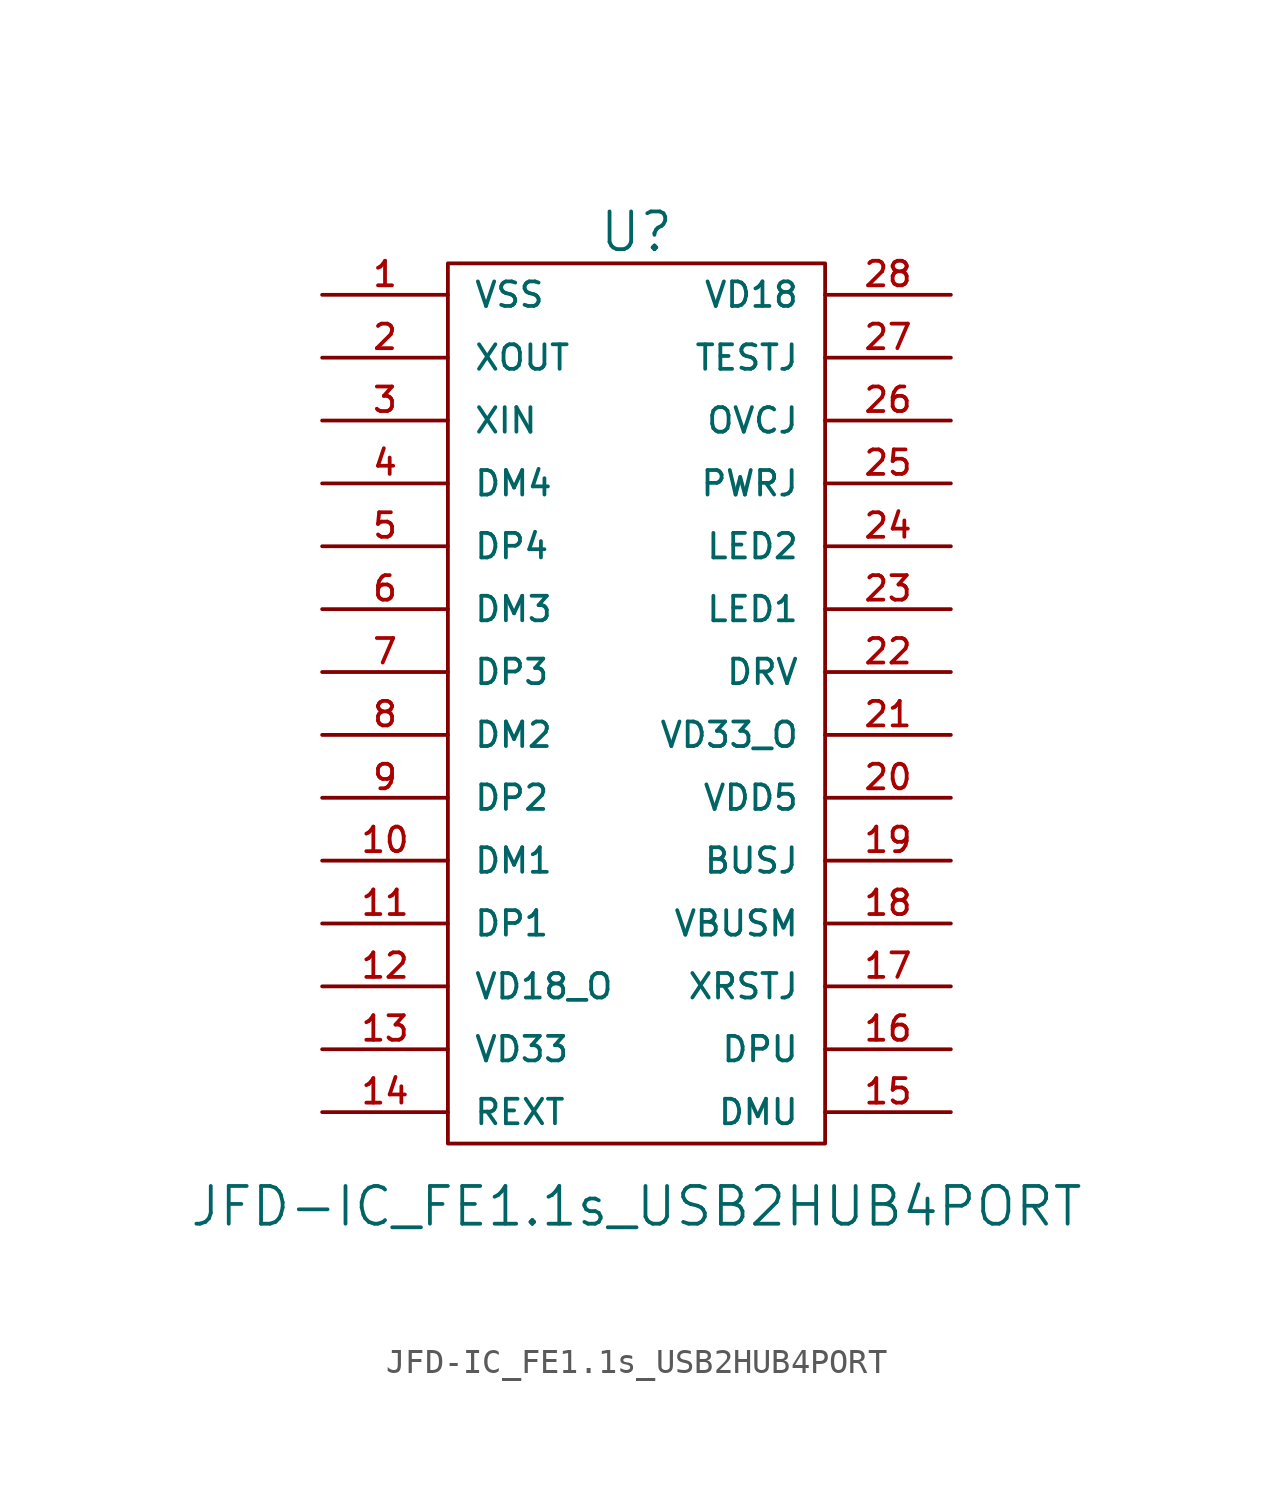
<source format=kicad_sym>
(kicad_symbol_lib
  (version 20220914)
  (generator kicad_symbol_editor)
  (symbol "JFD-IC_FE1.1s_USB2HUB4PORT"
    (pin_names
      (offset 1.016))
    (property "Reference" "U"
      (at 0 19.05 0)
      (effects (font (size 1.524 1.524))))
    (property "Value" "JFD-IC_FE1.1s_USB2HUB4PORT"
      (at 0 -20.32 0)
      (effects (font (size 1.524 1.524))))
    (property "Footprint" ""
      (at -1.27 2.54 0)
      (effects (font (size 1.524 1.524))))
    (property "Datasheet" ""
      (at -1.27 2.54 0)
      (effects (font (size 1.524 1.524))))
    (symbol "JFD-IC_FE1.1s_USB2HUB4PORT_0_1"
      (rectangle (start -7.62 17.78) (end 7.62 -17.78) (stroke (width 0) (type solid)) (fill (type none))))
    (symbol "JFD-IC_FE1.1s_USB2HUB4PORT_1_1"
      (pin input line (at -12.7 16.51 0) (length 5.08) (name "VSS" (effects (font (size 0.991 0.991)))) (number "1" (effects (font (size 0.991 0.991)))))
      (pin input line (at -12.7 -6.35 0) (length 5.08) (name "DM1" (effects (font (size 0.991 0.991)))) (number "10" (effects (font (size 0.991 0.991)))))
      (pin input line (at -12.7 -8.89 0) (length 5.08) (name "DP1" (effects (font (size 0.991 0.991)))) (number "11" (effects (font (size 0.991 0.991)))))
      (pin input line (at -12.7 -11.43 0) (length 5.08) (name "VD18_O" (effects (font (size 0.991 0.991)))) (number "12" (effects (font (size 0.991 0.991)))))
      (pin input line (at -12.7 -13.97 0) (length 5.08) (name "VD33" (effects (font (size 0.991 0.991)))) (number "13" (effects (font (size 0.991 0.991)))))
      (pin input line (at -12.7 -16.51 0) (length 5.08) (name "REXT" (effects (font (size 0.991 0.991)))) (number "14" (effects (font (size 0.991 0.991)))))
      (pin input line (at 12.7 -16.51 180) (length 5.08) (name "DMU" (effects (font (size 0.991 0.991)))) (number "15" (effects (font (size 0.991 0.991)))))
      (pin input line (at 12.7 -13.97 180) (length 5.08) (name "DPU" (effects (font (size 0.991 0.991)))) (number "16" (effects (font (size 0.991 0.991)))))
      (pin input line (at 12.7 -11.43 180) (length 5.08) (name "XRSTJ" (effects (font (size 0.991 0.991)))) (number "17" (effects (font (size 0.991 0.991)))))
      (pin input line (at 12.7 -8.89 180) (length 5.08) (name "VBUSM" (effects (font (size 0.991 0.991)))) (number "18" (effects (font (size 0.991 0.991)))))
      (pin input line (at 12.7 -6.35 180) (length 5.08) (name "BUSJ" (effects (font (size 0.991 0.991)))) (number "19" (effects (font (size 0.991 0.991)))))
      (pin input line (at -12.7 13.97 0) (length 5.08) (name "XOUT" (effects (font (size 0.991 0.991)))) (number "2" (effects (font (size 0.991 0.991)))))
      (pin input line (at 12.7 -3.81 180) (length 5.08) (name "VDD5" (effects (font (size 0.991 0.991)))) (number "20" (effects (font (size 0.991 0.991)))))
      (pin input line (at 12.7 -1.27 180) (length 5.08) (name "VD33_O" (effects (font (size 0.991 0.991)))) (number "21" (effects (font (size 0.991 0.991)))))
      (pin input line (at 12.7 1.27 180) (length 5.08) (name "DRV" (effects (font (size 0.991 0.991)))) (number "22" (effects (font (size 0.991 0.991)))))
      (pin input line (at 12.7 3.81 180) (length 5.08) (name "LED1" (effects (font (size 0.991 0.991)))) (number "23" (effects (font (size 0.991 0.991)))))
      (pin input line (at 12.7 6.35 180) (length 5.08) (name "LED2" (effects (font (size 0.991 0.991)))) (number "24" (effects (font (size 0.991 0.991)))))
      (pin input line (at 12.7 8.89 180) (length 5.08) (name "PWRJ" (effects (font (size 0.991 0.991)))) (number "25" (effects (font (size 0.991 0.991)))))
      (pin input line (at 12.7 11.43 180) (length 5.08) (name "OVCJ" (effects (font (size 0.991 0.991)))) (number "26" (effects (font (size 0.991 0.991)))))
      (pin input line (at 12.7 13.97 180) (length 5.08) (name "TESTJ" (effects (font (size 0.991 0.991)))) (number "27" (effects (font (size 0.991 0.991)))))
      (pin input line (at 12.7 16.51 180) (length 5.08) (name "VD18" (effects (font (size 0.991 0.991)))) (number "28" (effects (font (size 0.991 0.991)))))
      (pin input line (at -12.7 11.43 0) (length 5.08) (name "XIN" (effects (font (size 0.991 0.991)))) (number "3" (effects (font (size 0.991 0.991)))))
      (pin input line (at -12.7 8.89 0) (length 5.08) (name "DM4" (effects (font (size 0.991 0.991)))) (number "4" (effects (font (size 0.991 0.991)))))
      (pin input line (at -12.7 6.35 0) (length 5.08) (name "DP4" (effects (font (size 0.991 0.991)))) (number "5" (effects (font (size 0.991 0.991)))))
      (pin input line (at -12.7 3.81 0) (length 5.08) (name "DM3" (effects (font (size 0.991 0.991)))) (number "6" (effects (font (size 0.991 0.991)))))
      (pin input line (at -12.7 1.27 0) (length 5.08) (name "DP3" (effects (font (size 0.991 0.991)))) (number "7" (effects (font (size 0.991 0.991)))))
      (pin input line (at -12.7 -1.27 0) (length 5.08) (name "DM2" (effects (font (size 0.991 0.991)))) (number "8" (effects (font (size 0.991 0.991)))))
      (pin input line (at -12.7 -3.81 0) (length 5.08) (name "DP2" (effects (font (size 0.991 0.991)))) (number "9" (effects (font (size 0.991 0.991))))))))
</source>
